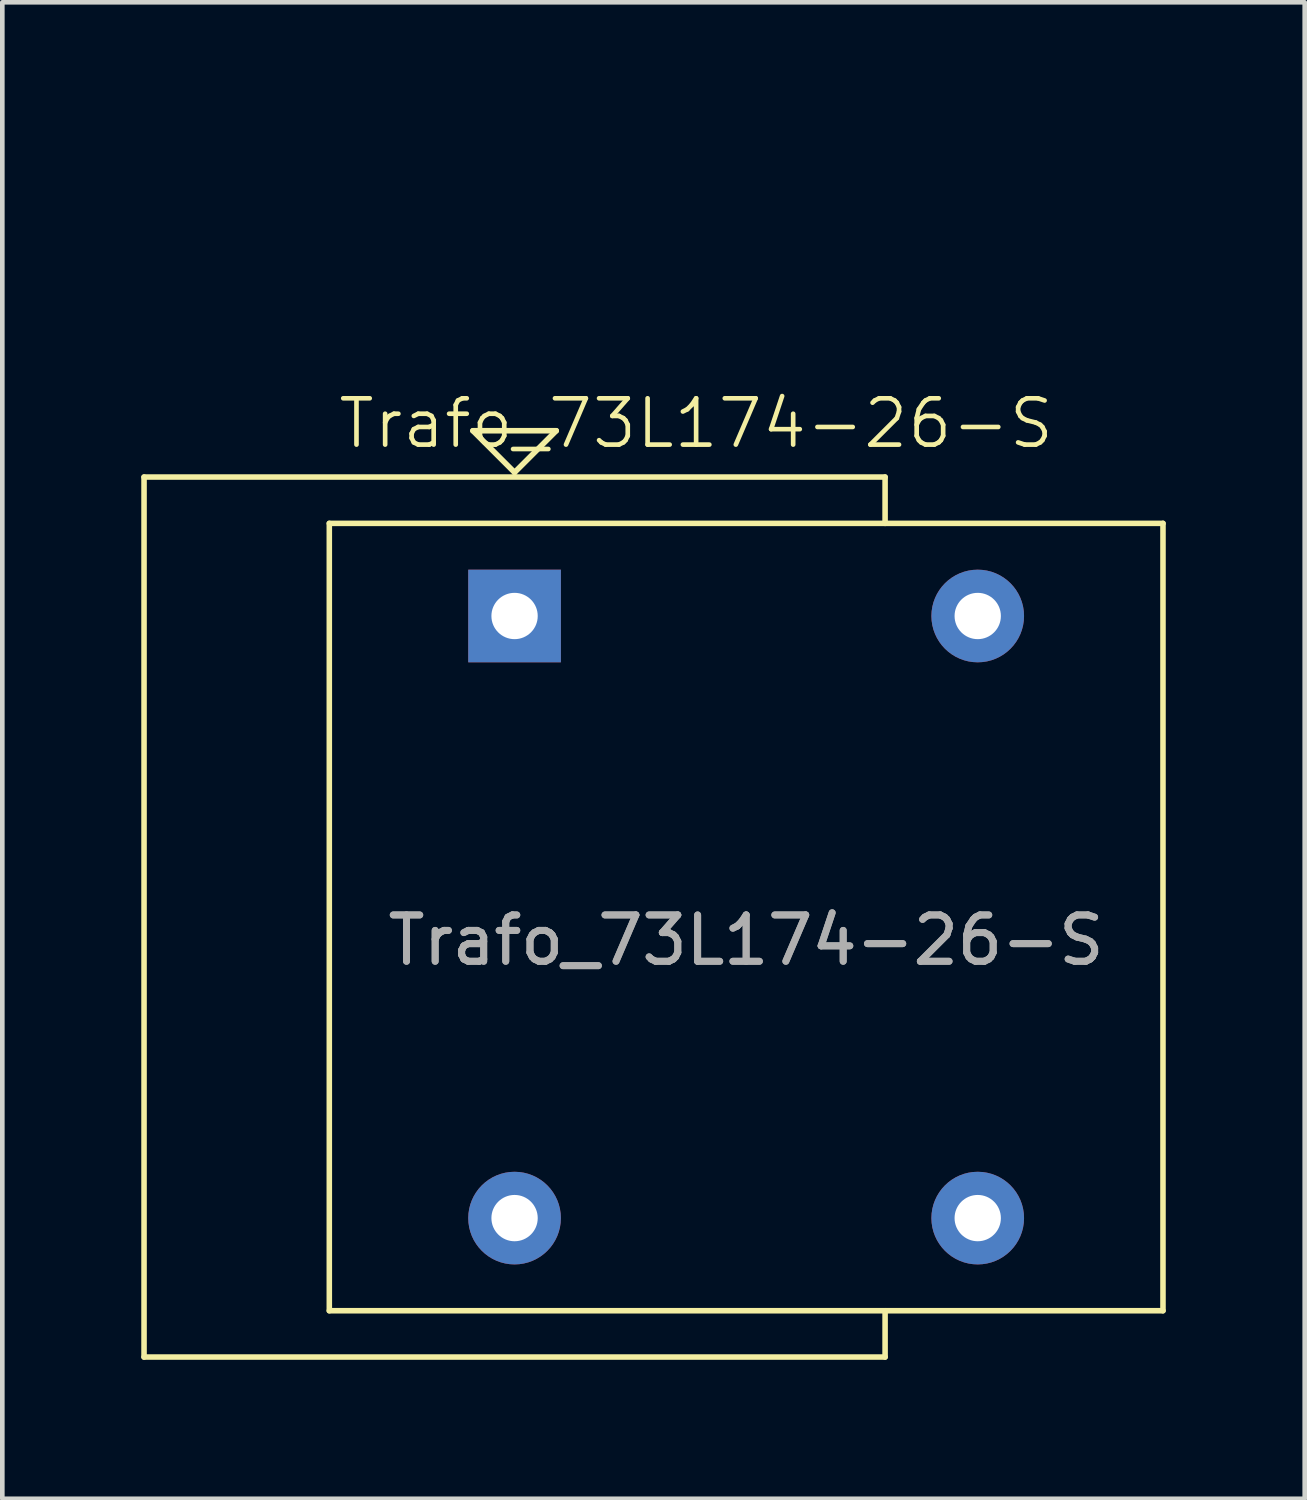
<source format=kicad_pcb>
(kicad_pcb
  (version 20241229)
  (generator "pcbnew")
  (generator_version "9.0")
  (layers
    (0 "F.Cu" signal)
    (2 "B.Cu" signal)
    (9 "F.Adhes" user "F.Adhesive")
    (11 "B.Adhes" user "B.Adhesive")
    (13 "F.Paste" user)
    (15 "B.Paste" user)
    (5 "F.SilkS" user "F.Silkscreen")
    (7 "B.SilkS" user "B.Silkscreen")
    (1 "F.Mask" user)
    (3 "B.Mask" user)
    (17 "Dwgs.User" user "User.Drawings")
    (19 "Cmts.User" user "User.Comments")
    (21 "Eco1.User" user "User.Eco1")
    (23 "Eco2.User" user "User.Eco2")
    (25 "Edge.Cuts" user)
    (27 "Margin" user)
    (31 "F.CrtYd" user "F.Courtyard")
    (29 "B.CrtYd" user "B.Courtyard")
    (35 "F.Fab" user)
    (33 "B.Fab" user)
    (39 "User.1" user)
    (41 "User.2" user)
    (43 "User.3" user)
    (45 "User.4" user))
  (footprint "Trafo_73L174-26-S"
    (layer "F.Cu")
    (at 17.06 0.25)
    (property "Reference" "Trafo_73L174-26-S" (at -5.08 5.842 0) (unlocked yes) (layer "F.SilkS") (effects (font (size 1 1) (thickness 0.1))))
    (attr through_hole)
    (fp_line (start -17 7) (end -17 26) (stroke (width 0.12) (type solid)) (layer "F.SilkS"))
    (fp_line (start -13 8) (end -13 25) (stroke (width 0.12) (type solid)) (layer "F.SilkS"))
    (fp_line (start -9.9 6) (end -8.1 6) (stroke (width 0.12) (type solid)) (layer "F.SilkS"))
    (fp_line (start -9 6.9) (end -9.9 6) (stroke (width 0.12) (type solid)) (layer "F.SilkS"))
    (fp_line (start -8.1 6) (end -9 6.9) (stroke (width 0.12) (type solid)) (layer "F.SilkS"))
    (fp_line (start -1 7) (end -17 7) (stroke (width 0.12) (type solid)) (layer "F.SilkS"))
    (fp_line (start -1 7) (end -1 8) (stroke (width 0.12) (type solid)) (layer "F.SilkS"))
    (fp_line (start -1 25) (end -1 26) (stroke (width 0.12) (type solid)) (layer "F.SilkS"))
    (fp_line (start -1 26) (end -17 26) (stroke (width 0.12) (type solid)) (layer "F.SilkS"))
    (fp_line (start 5 8) (end -13 8) (stroke (width 0.12) (type solid)) (layer "F.SilkS"))
    (fp_line (start 5 8) (end 5 25) (stroke (width 0.12) (type solid)) (layer "F.SilkS"))
    (fp_line (start 5 25) (end -13 25) (stroke (width 0.12) (type solid)) (layer "F.SilkS"))
    (fp_text user "${REFERENCE}" (at -4 17 0) (unlocked yes) (layer "F.Fab") (effects (font (size 1 1) (thickness 0.15))))
    (fp_text user "${REFERENCE}" (at -4 17 0) (layer "F.Fab") (effects (font (size 1 1) (thickness 0.15))))
    (pad "1" thru_hole rect (at -9 10) (size 2 2) (drill 1) (layers "*.Cu" "*.Mask"))
    (pad "2" thru_hole circle (at 1 10) (size 2 2) (drill 1) (layers "*.Cu" "*.Mask"))
    (pad "3" thru_hole circle (at -9 23) (size 2 2) (drill 1) (layers "*.Cu" "*.Mask"))
    (pad "4" thru_hole circle (at 1 23) (size 2 2) (drill 1) (layers "*.Cu" "*.Mask")))
  (gr_rect
    (start -3 -3)
    (end 25.12 29.31)
    (stroke (width 0.1) (type default))
    (fill no)
    (layer "Edge.Cuts")))
</source>
